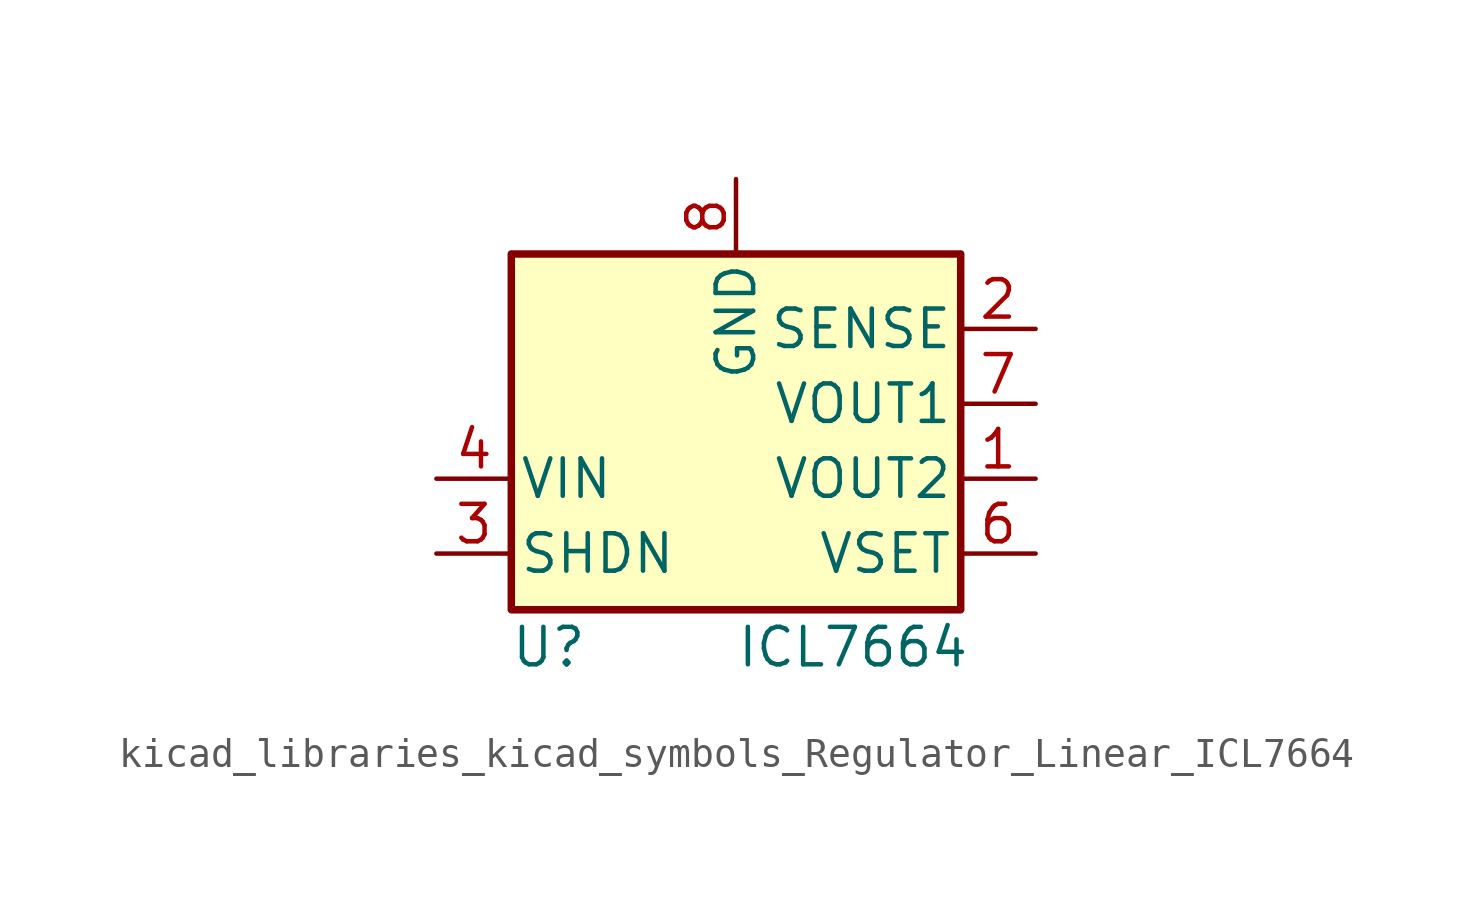
<source format=kicad_sym>
(kicad_symbol_lib
  (version 20220914)
  (generator kicad_symbol_editor)
  (symbol "kicad_libraries_kicad_symbols_Regulator_Linear_ICL7664"
    (pin_names
      (offset 0.254))
    (property "Reference" "U"
      (at -6.35 -8.255 0)
      (effects (font (size 1.27 1.27))))
    (property "Value" "ICL7664"
      (at 0 -8.255 0)
      (effects (font (size 1.27 1.27)) (justify left)))
    (symbol "kicad_libraries_kicad_symbols_Regulator_Linear_ICL7664_0_1"
      (rectangle (start -7.62 -6.985) (end 7.62 5.08) (stroke (width 0.254) (type default)) (fill (type background))))
    (symbol "kicad_libraries_kicad_symbols_Regulator_Linear_ICL7664_1_1"
      (pin power_out line (at 10.16 -2.54 180) (length 2.54) (name "VOUT2" (effects (font (size 1.27 1.27)))) (number "1" (effects (font (size 1.27 1.27)))))
      (pin input line (at 10.16 2.54 180) (length 2.54) (name "SENSE" (effects (font (size 1.27 1.27)))) (number "2" (effects (font (size 1.27 1.27)))))
      (pin input line (at -10.16 -5.08 0) (length 2.54) (name "SHDN" (effects (font (size 1.27 1.27)))) (number "3" (effects (font (size 1.27 1.27)))))
      (pin power_in line (at -10.16 -2.54 0) (length 2.54) (name "VIN" (effects (font (size 1.27 1.27)))) (number "4" (effects (font (size 1.27 1.27)))))
      (pin input line (at -10.16 -5.08 0) (length 2.54) hide (name "SHDN" (effects (font (size 1.27 1.27)))) (number "5" (effects (font (size 1.27 1.27)))))
      (pin input line (at 10.16 -5.08 180) (length 2.54) (name "VSET" (effects (font (size 1.27 1.27)))) (number "6" (effects (font (size 1.27 1.27)))))
      (pin power_out line (at 10.16 0 180) (length 2.54) (name "VOUT1" (effects (font (size 1.27 1.27)))) (number "7" (effects (font (size 1.27 1.27)))))
      (pin power_in line (at 0 7.62 270) (length 2.54) (name "GND" (effects (font (size 1.27 1.27)))) (number "8" (effects (font (size 1.27 1.27))))))))
</source>
